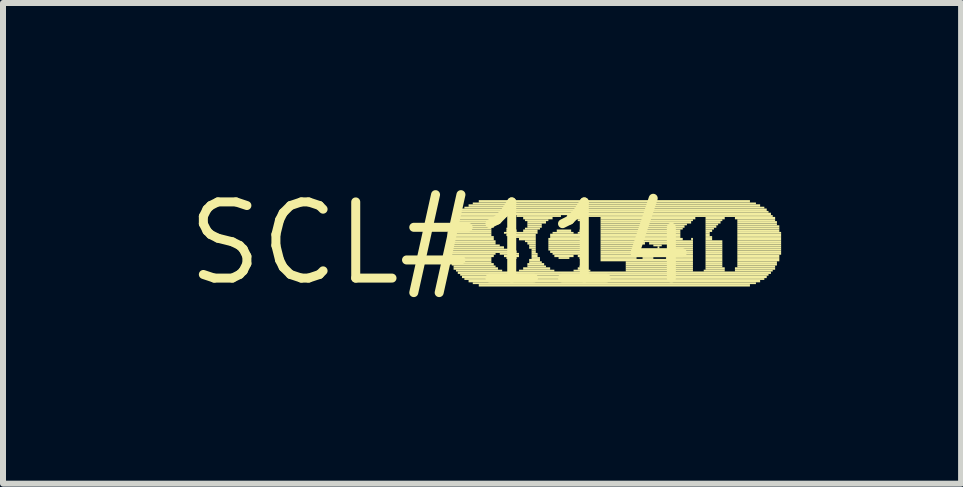
<source format=kicad_pcb>
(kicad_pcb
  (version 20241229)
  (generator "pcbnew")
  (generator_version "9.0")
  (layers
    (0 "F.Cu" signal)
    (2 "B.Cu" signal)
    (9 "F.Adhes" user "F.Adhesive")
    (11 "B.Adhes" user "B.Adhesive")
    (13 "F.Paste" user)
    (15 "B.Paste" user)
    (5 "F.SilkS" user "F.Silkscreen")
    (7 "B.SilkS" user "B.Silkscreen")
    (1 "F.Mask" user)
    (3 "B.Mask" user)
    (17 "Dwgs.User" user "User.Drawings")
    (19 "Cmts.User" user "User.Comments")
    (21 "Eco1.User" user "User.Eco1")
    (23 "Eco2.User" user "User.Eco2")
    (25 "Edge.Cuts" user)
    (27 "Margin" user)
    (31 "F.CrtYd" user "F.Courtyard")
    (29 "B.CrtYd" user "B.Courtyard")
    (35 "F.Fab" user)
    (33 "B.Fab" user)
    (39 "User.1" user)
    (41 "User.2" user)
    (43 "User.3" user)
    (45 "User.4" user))
  (footprint "SCL#114"
    (layer "F.Cu")
    (at 4.301 1.006)
    (property "Reference" "SCL#114" (at 0 0 0) (layer "F.SilkS") (effects (font (size 1.27 1.27) (thickness 0.15))))
    (fp_poly (pts (xy 0.11 -0.16) (xy 0.84 -0.16) (xy 0.84 -0.19) (xy 0.11 -0.19)) (stroke (width 0) (type default)) (fill yes) (layer "F.SilkS"))
    (fp_poly (pts (xy 0.11 -0.12) (xy 0.84 -0.12) (xy 0.84 -0.16) (xy 0.11 -0.16)) (stroke (width 0) (type default)) (fill yes) (layer "F.SilkS"))
    (fp_poly (pts (xy 0.11 -0.09) (xy 0.88 -0.09) (xy 0.88 -0.12) (xy 0.11 -0.12)) (stroke (width 0) (type default)) (fill yes) (layer "F.SilkS"))
    (fp_poly (pts (xy 0.11 -0.05) (xy 0.88 -0.05) (xy 0.88 -0.09) (xy 0.11 -0.09)) (stroke (width 0) (type default)) (fill yes) (layer "F.SilkS"))
    (fp_poly (pts (xy 0.11 -0.02) (xy 0.91 -0.02) (xy 0.91 -0.05) (xy 0.11 -0.05)) (stroke (width 0) (type default)) (fill yes) (layer "F.SilkS"))
    (fp_poly (pts (xy 0.11 0.02) (xy 0.91 0.02) (xy 0.91 -0.02) (xy 0.11 -0.02)) (stroke (width 0) (type default)) (fill yes) (layer "F.SilkS"))
    (fp_poly (pts (xy 0.11 0.05) (xy 0.98 0.05) (xy 0.98 0.02) (xy 0.11 0.02)) (stroke (width 0) (type default)) (fill yes) (layer "F.SilkS"))
    (fp_poly (pts (xy 0.11 0.09) (xy 1.05 0.09) (xy 1.05 0.05) (xy 0.11 0.05)) (stroke (width 0) (type default)) (fill yes) (layer "F.SilkS"))
    (fp_poly (pts (xy 0.11 0.12) (xy 1.16 0.12) (xy 1.16 0.09) (xy 0.11 0.09)) (stroke (width 0) (type default)) (fill yes) (layer "F.SilkS"))
    (fp_poly (pts (xy 0.11 0.16) (xy 1.26 0.16) (xy 1.26 0.12) (xy 0.11 0.12)) (stroke (width 0) (type default)) (fill yes) (layer "F.SilkS"))
    (fp_poly (pts (xy 0.11 0.19) (xy 0.91 0.19) (xy 0.91 0.16) (xy 0.11 0.16)) (stroke (width 0) (type default)) (fill yes) (layer "F.SilkS"))
    (fp_poly (pts (xy 0.14 -0.26) (xy 0.88 -0.26) (xy 0.88 -0.3) (xy 0.14 -0.3)) (stroke (width 0) (type default)) (fill yes) (layer "F.SilkS"))
    (fp_poly (pts (xy 0.14 -0.23) (xy 0.84 -0.23) (xy 0.84 -0.26) (xy 0.14 -0.26)) (stroke (width 0) (type default)) (fill yes) (layer "F.SilkS"))
    (fp_poly (pts (xy 0.14 -0.19) (xy 0.84 -0.19) (xy 0.84 -0.23) (xy 0.14 -0.23)) (stroke (width 0) (type default)) (fill yes) (layer "F.SilkS"))
    (fp_poly (pts (xy 0.14 0.23) (xy 0.88 0.23) (xy 0.88 0.19) (xy 0.14 0.19)) (stroke (width 0) (type default)) (fill yes) (layer "F.SilkS"))
    (fp_poly (pts (xy 0.14 0.26) (xy 0.84 0.26) (xy 0.84 0.23) (xy 0.14 0.23)) (stroke (width 0) (type default)) (fill yes) (layer "F.SilkS"))
    (fp_poly (pts (xy 0.14 0.3) (xy 0.84 0.3) (xy 0.84 0.26) (xy 0.14 0.26)) (stroke (width 0) (type default)) (fill yes) (layer "F.SilkS"))
    (fp_poly (pts (xy 0.18 -0.33) (xy 0.91 -0.33) (xy 0.91 -0.37) (xy 0.18 -0.37)) (stroke (width 0) (type default)) (fill yes) (layer "F.SilkS"))
    (fp_poly (pts (xy 0.18 -0.3) (xy 0.88 -0.3) (xy 0.88 -0.33) (xy 0.18 -0.33)) (stroke (width 0) (type default)) (fill yes) (layer "F.SilkS"))
    (fp_poly (pts (xy 0.18 0.33) (xy 0.84 0.33) (xy 0.84 0.3) (xy 0.18 0.3)) (stroke (width 0) (type default)) (fill yes) (layer "F.SilkS"))
    (fp_poly (pts (xy 0.18 0.37) (xy 0.88 0.37) (xy 0.88 0.33) (xy 0.18 0.33)) (stroke (width 0) (type default)) (fill yes) (layer "F.SilkS"))
    (fp_poly (pts (xy 0.21 -0.4) (xy 0.98 -0.4) (xy 0.98 -0.44) (xy 0.21 -0.44)) (stroke (width 0) (type default)) (fill yes) (layer "F.SilkS"))
    (fp_poly (pts (xy 0.21 -0.37) (xy 0.95 -0.37) (xy 0.95 -0.4) (xy 0.21 -0.4)) (stroke (width 0) (type default)) (fill yes) (layer "F.SilkS"))
    (fp_poly (pts (xy 0.21 0.4) (xy 0.91 0.4) (xy 0.91 0.37) (xy 0.21 0.37)) (stroke (width 0) (type default)) (fill yes) (layer "F.SilkS"))
    (fp_poly (pts (xy 0.21 0.44) (xy 0.95 0.44) (xy 0.95 0.4) (xy 0.21 0.4)) (stroke (width 0) (type default)) (fill yes) (layer "F.SilkS"))
    (fp_poly (pts (xy 0.25 -0.44) (xy 1.05 -0.44) (xy 1.05 -0.47) (xy 0.25 -0.47)) (stroke (width 0) (type default)) (fill yes) (layer "F.SilkS"))
    (fp_poly (pts (xy 0.25 0.47) (xy 1.02 0.47) (xy 1.02 0.44) (xy 0.25 0.44)) (stroke (width 0) (type default)) (fill yes) (layer "F.SilkS"))
    (fp_poly (pts (xy 0.28 -0.47) (xy 5.5 -0.47) (xy 5.5 -0.51) (xy 0.28 -0.51)) (stroke (width 0) (type default)) (fill yes) (layer "F.SilkS"))
    (fp_poly (pts (xy 0.28 0.51) (xy 5.5 0.51) (xy 5.5 0.47) (xy 0.28 0.47)) (stroke (width 0) (type default)) (fill yes) (layer "F.SilkS"))
    (fp_poly (pts (xy 0.32 -0.51) (xy 5.46 -0.51) (xy 5.46 -0.54) (xy 0.32 -0.54)) (stroke (width 0) (type default)) (fill yes) (layer "F.SilkS"))
    (fp_poly (pts (xy 0.32 0.54) (xy 5.46 0.54) (xy 5.46 0.51) (xy 0.32 0.51)) (stroke (width 0) (type default)) (fill yes) (layer "F.SilkS"))
    (fp_poly (pts (xy 0.35 -0.54) (xy 5.43 -0.54) (xy 5.43 -0.58) (xy 0.35 -0.58)) (stroke (width 0) (type default)) (fill yes) (layer "F.SilkS"))
    (fp_poly (pts (xy 0.35 0.58) (xy 5.43 0.58) (xy 5.43 0.54) (xy 0.35 0.54)) (stroke (width 0) (type default)) (fill yes) (layer "F.SilkS"))
    (fp_poly (pts (xy 0.39 -0.58) (xy 5.39 -0.58) (xy 5.39 -0.61) (xy 0.39 -0.61)) (stroke (width 0) (type default)) (fill yes) (layer "F.SilkS"))
    (fp_poly (pts (xy 0.39 0.61) (xy 5.39 0.61) (xy 5.39 0.58) (xy 0.39 0.58)) (stroke (width 0) (type default)) (fill yes) (layer "F.SilkS"))
    (fp_poly (pts (xy 0.46 -0.61) (xy 5.32 -0.61) (xy 5.32 -0.65) (xy 0.46 -0.65)) (stroke (width 0) (type default)) (fill yes) (layer "F.SilkS"))
    (fp_poly (pts (xy 0.46 0.65) (xy 5.32 0.65) (xy 5.32 0.61) (xy 0.46 0.61)) (stroke (width 0) (type default)) (fill yes) (layer "F.SilkS"))
    (fp_poly (pts (xy 0.53 -0.65) (xy 5.25 -0.65) (xy 5.25 -0.68) (xy 0.53 -0.68)) (stroke (width 0) (type default)) (fill yes) (layer "F.SilkS"))
    (fp_poly (pts (xy 0.53 0.68) (xy 5.25 0.68) (xy 5.25 0.65) (xy 0.53 0.65)) (stroke (width 0) (type default)) (fill yes) (layer "F.SilkS"))
    (fp_poly (pts (xy 0.63 -0.68) (xy 5.15 -0.68) (xy 5.15 -0.72) (xy 0.63 -0.72)) (stroke (width 0) (type default)) (fill yes) (layer "F.SilkS"))
    (fp_poly (pts (xy 0.63 0.72) (xy 5.15 0.72) (xy 5.15 0.68) (xy 0.63 0.68)) (stroke (width 0) (type default)) (fill yes) (layer "F.SilkS"))
    (fp_poly (pts (xy 0.98 0.19) (xy 1.3 0.19) (xy 1.3 0.16) (xy 0.98 0.16)) (stroke (width 0) (type default)) (fill yes) (layer "F.SilkS"))
    (fp_poly (pts (xy 1.05 -0.16) (xy 1.61 -0.16) (xy 1.61 -0.19) (xy 1.05 -0.19)) (stroke (width 0) (type default)) (fill yes) (layer "F.SilkS"))
    (fp_poly (pts (xy 1.05 0.23) (xy 1.3 0.23) (xy 1.3 0.19) (xy 1.05 0.19)) (stroke (width 0) (type default)) (fill yes) (layer "F.SilkS"))
    (fp_poly (pts (xy 1.09 -0.23) (xy 1.23 -0.23) (xy 1.23 -0.26) (xy 1.09 -0.26)) (stroke (width 0) (type default)) (fill yes) (layer "F.SilkS"))
    (fp_poly (pts (xy 1.09 -0.19) (xy 1.26 -0.19) (xy 1.26 -0.23) (xy 1.09 -0.23)) (stroke (width 0) (type default)) (fill yes) (layer "F.SilkS"))
    (fp_poly (pts (xy 1.09 -0.12) (xy 1.58 -0.12) (xy 1.58 -0.16) (xy 1.09 -0.16)) (stroke (width 0) (type default)) (fill yes) (layer "F.SilkS"))
    (fp_poly (pts (xy 1.09 0.26) (xy 1.26 0.26) (xy 1.26 0.23) (xy 1.09 0.23)) (stroke (width 0) (type default)) (fill yes) (layer "F.SilkS"))
    (fp_poly (pts (xy 1.16 -0.09) (xy 1.58 -0.09) (xy 1.58 -0.12) (xy 1.16 -0.12)) (stroke (width 0) (type default)) (fill yes) (layer "F.SilkS"))
    (fp_poly (pts (xy 1.26 -0.44) (xy 2 -0.44) (xy 2 -0.47) (xy 1.26 -0.47)) (stroke (width 0) (type default)) (fill yes) (layer "F.SilkS"))
    (fp_poly (pts (xy 1.3 -0.05) (xy 1.58 -0.05) (xy 1.58 -0.09) (xy 1.3 -0.09)) (stroke (width 0) (type default)) (fill yes) (layer "F.SilkS"))
    (fp_poly (pts (xy 1.3 0.47) (xy 1.89 0.47) (xy 1.89 0.44) (xy 1.3 0.44)) (stroke (width 0) (type default)) (fill yes) (layer "F.SilkS"))
    (fp_poly (pts (xy 1.37 -0.4) (xy 1.86 -0.4) (xy 1.86 -0.44) (xy 1.37 -0.44)) (stroke (width 0) (type default)) (fill yes) (layer "F.SilkS"))
    (fp_poly (pts (xy 1.37 -0.19) (xy 1.61 -0.19) (xy 1.61 -0.23) (xy 1.37 -0.23)) (stroke (width 0) (type default)) (fill yes) (layer "F.SilkS"))
    (fp_poly (pts (xy 1.37 0.44) (xy 1.82 0.44) (xy 1.82 0.4) (xy 1.37 0.4)) (stroke (width 0) (type default)) (fill yes) (layer "F.SilkS"))
    (fp_poly (pts (xy 1.4 -0.37) (xy 1.79 -0.37) (xy 1.79 -0.4) (xy 1.4 -0.4)) (stroke (width 0) (type default)) (fill yes) (layer "F.SilkS"))
    (fp_poly (pts (xy 1.4 -0.23) (xy 1.65 -0.23) (xy 1.65 -0.26) (xy 1.4 -0.26)) (stroke (width 0) (type default)) (fill yes) (layer "F.SilkS"))
    (fp_poly (pts (xy 1.4 -0.02) (xy 1.58 -0.02) (xy 1.58 -0.05) (xy 1.4 -0.05)) (stroke (width 0) (type default)) (fill yes) (layer "F.SilkS"))
    (fp_poly (pts (xy 1.44 -0.33) (xy 1.75 -0.33) (xy 1.75 -0.37) (xy 1.44 -0.37)) (stroke (width 0) (type default)) (fill yes) (layer "F.SilkS"))
    (fp_poly (pts (xy 1.44 -0.3) (xy 1.68 -0.3) (xy 1.68 -0.33) (xy 1.44 -0.33)) (stroke (width 0) (type default)) (fill yes) (layer "F.SilkS"))
    (fp_poly (pts (xy 1.44 -0.26) (xy 1.68 -0.26) (xy 1.68 -0.3) (xy 1.44 -0.3)) (stroke (width 0) (type default)) (fill yes) (layer "F.SilkS"))
    (fp_poly (pts (xy 1.44 0.02) (xy 1.58 0.02) (xy 1.58 -0.02) (xy 1.44 -0.02)) (stroke (width 0) (type default)) (fill yes) (layer "F.SilkS"))
    (fp_poly (pts (xy 1.44 0.37) (xy 1.72 0.37) (xy 1.72 0.33) (xy 1.44 0.33)) (stroke (width 0) (type default)) (fill yes) (layer "F.SilkS"))
    (fp_poly (pts (xy 1.44 0.4) (xy 1.75 0.4) (xy 1.75 0.37) (xy 1.44 0.37)) (stroke (width 0) (type default)) (fill yes) (layer "F.SilkS"))
    (fp_poly (pts (xy 1.47 0.05) (xy 1.58 0.05) (xy 1.58 0.02) (xy 1.47 0.02)) (stroke (width 0) (type default)) (fill yes) (layer "F.SilkS"))
    (fp_poly (pts (xy 1.47 0.09) (xy 1.58 0.09) (xy 1.58 0.05) (xy 1.47 0.05)) (stroke (width 0) (type default)) (fill yes) (layer "F.SilkS"))
    (fp_poly (pts (xy 1.47 0.3) (xy 1.65 0.3) (xy 1.65 0.26) (xy 1.47 0.26)) (stroke (width 0) (type default)) (fill yes) (layer "F.SilkS"))
    (fp_poly (pts (xy 1.47 0.33) (xy 1.68 0.33) (xy 1.68 0.3) (xy 1.47 0.3)) (stroke (width 0) (type default)) (fill yes) (layer "F.SilkS"))
    (fp_poly (pts (xy 1.51 0.12) (xy 1.58 0.12) (xy 1.58 0.09) (xy 1.51 0.09)) (stroke (width 0) (type default)) (fill yes) (layer "F.SilkS"))
    (fp_poly (pts (xy 1.51 0.16) (xy 1.58 0.16) (xy 1.58 0.12) (xy 1.51 0.12)) (stroke (width 0) (type default)) (fill yes) (layer "F.SilkS"))
    (fp_poly (pts (xy 1.51 0.19) (xy 1.61 0.19) (xy 1.61 0.16) (xy 1.51 0.16)) (stroke (width 0) (type default)) (fill yes) (layer "F.SilkS"))
    (fp_poly (pts (xy 1.51 0.23) (xy 1.61 0.23) (xy 1.61 0.19) (xy 1.51 0.19)) (stroke (width 0) (type default)) (fill yes) (layer "F.SilkS"))
    (fp_poly (pts (xy 1.51 0.26) (xy 1.65 0.26) (xy 1.65 0.23) (xy 1.51 0.23)) (stroke (width 0) (type default)) (fill yes) (layer "F.SilkS"))
    (fp_poly (pts (xy 1.79 -0.05) (xy 2.45 -0.05) (xy 2.45 -0.09) (xy 1.79 -0.09)) (stroke (width 0) (type default)) (fill yes) (layer "F.SilkS"))
    (fp_poly (pts (xy 1.79 -0.02) (xy 2.45 -0.02) (xy 2.45 -0.05) (xy 1.79 -0.05)) (stroke (width 0) (type default)) (fill yes) (layer "F.SilkS"))
    (fp_poly (pts (xy 1.79 0.02) (xy 2.45 0.02) (xy 2.45 -0.02) (xy 1.79 -0.02)) (stroke (width 0) (type default)) (fill yes) (layer "F.SilkS"))
    (fp_poly (pts (xy 1.79 0.05) (xy 2.45 0.05) (xy 2.45 0.02) (xy 1.79 0.02)) (stroke (width 0) (type default)) (fill yes) (layer "F.SilkS"))
    (fp_poly (pts (xy 1.79 0.09) (xy 2.45 0.09) (xy 2.45 0.05) (xy 1.79 0.05)) (stroke (width 0) (type default)) (fill yes) (layer "F.SilkS"))
    (fp_poly (pts (xy 1.79 0.12) (xy 2.45 0.12) (xy 2.45 0.09) (xy 1.79 0.09)) (stroke (width 0) (type default)) (fill yes) (layer "F.SilkS"))
    (fp_poly (pts (xy 1.82 -0.12) (xy 2.45 -0.12) (xy 2.45 -0.16) (xy 1.82 -0.16)) (stroke (width 0) (type default)) (fill yes) (layer "F.SilkS"))
    (fp_poly (pts (xy 1.82 -0.09) (xy 2.45 -0.09) (xy 2.45 -0.12) (xy 1.82 -0.12)) (stroke (width 0) (type default)) (fill yes) (layer "F.SilkS"))
    (fp_poly (pts (xy 1.82 0.16) (xy 2.45 0.16) (xy 2.45 0.12) (xy 1.82 0.12)) (stroke (width 0) (type default)) (fill yes) (layer "F.SilkS"))
    (fp_poly (pts (xy 1.86 -0.16) (xy 2.21 -0.16) (xy 2.21 -0.19) (xy 1.86 -0.19)) (stroke (width 0) (type default)) (fill yes) (layer "F.SilkS"))
    (fp_poly (pts (xy 1.86 0.19) (xy 2.45 0.19) (xy 2.45 0.16) (xy 1.86 0.16)) (stroke (width 0) (type default)) (fill yes) (layer "F.SilkS"))
    (fp_poly (pts (xy 1.89 0.23) (xy 2.21 0.23) (xy 2.21 0.19) (xy 1.89 0.19)) (stroke (width 0) (type default)) (fill yes) (layer "F.SilkS"))
    (fp_poly (pts (xy 1.93 -0.19) (xy 2.17 -0.19) (xy 2.17 -0.23) (xy 1.93 -0.23)) (stroke (width 0) (type default)) (fill yes) (layer "F.SilkS"))
    (fp_poly (pts (xy 1.96 0.26) (xy 2.14 0.26) (xy 2.14 0.23) (xy 1.96 0.23)) (stroke (width 0) (type default)) (fill yes) (layer "F.SilkS"))
    (fp_poly (pts (xy 2.1 -0.44) (xy 5.53 -0.44) (xy 5.53 -0.47) (xy 2.1 -0.47)) (stroke (width 0) (type default)) (fill yes) (layer "F.SilkS"))
    (fp_poly (pts (xy 2.21 0.47) (xy 2.49 0.47) (xy 2.49 0.44) (xy 2.21 0.44)) (stroke (width 0) (type default)) (fill yes) (layer "F.SilkS"))
    (fp_poly (pts (xy 2.24 -0.4) (xy 2.45 -0.4) (xy 2.45 -0.44) (xy 2.24 -0.44)) (stroke (width 0) (type default)) (fill yes) (layer "F.SilkS"))
    (fp_poly (pts (xy 2.28 -0.37) (xy 2.45 -0.37) (xy 2.45 -0.4) (xy 2.28 -0.4)) (stroke (width 0) (type default)) (fill yes) (layer "F.SilkS"))
    (fp_poly (pts (xy 2.28 -0.16) (xy 2.45 -0.16) (xy 2.45 -0.19) (xy 2.28 -0.19)) (stroke (width 0) (type default)) (fill yes) (layer "F.SilkS"))
    (fp_poly (pts (xy 2.28 0.23) (xy 2.45 0.23) (xy 2.45 0.19) (xy 2.28 0.19)) (stroke (width 0) (type default)) (fill yes) (layer "F.SilkS"))
    (fp_poly (pts (xy 2.28 0.44) (xy 2.45 0.44) (xy 2.45 0.4) (xy 2.28 0.4)) (stroke (width 0) (type default)) (fill yes) (layer "F.SilkS"))
    (fp_poly (pts (xy 2.31 -0.19) (xy 2.45 -0.19) (xy 2.45 -0.23) (xy 2.31 -0.23)) (stroke (width 0) (type default)) (fill yes) (layer "F.SilkS"))
    (fp_poly (pts (xy 2.31 0.26) (xy 2.45 0.26) (xy 2.45 0.23) (xy 2.31 0.23)) (stroke (width 0) (type default)) (fill yes) (layer "F.SilkS"))
    (fp_poly (pts (xy 2.31 0.4) (xy 2.45 0.4) (xy 2.45 0.37) (xy 2.31 0.37)) (stroke (width 0) (type default)) (fill yes) (layer "F.SilkS"))
    (fp_poly (pts (xy 2.35 -0.33) (xy 2.45 -0.33) (xy 2.45 -0.37) (xy 2.35 -0.37)) (stroke (width 0) (type default)) (fill yes) (layer "F.SilkS"))
    (fp_poly (pts (xy 2.35 -0.3) (xy 2.45 -0.3) (xy 2.45 -0.33) (xy 2.35 -0.33)) (stroke (width 0) (type default)) (fill yes) (layer "F.SilkS"))
    (fp_poly (pts (xy 2.35 -0.26) (xy 2.45 -0.26) (xy 2.45 -0.3) (xy 2.35 -0.3)) (stroke (width 0) (type default)) (fill yes) (layer "F.SilkS"))
    (fp_poly (pts (xy 2.35 -0.23) (xy 2.45 -0.23) (xy 2.45 -0.26) (xy 2.35 -0.26)) (stroke (width 0) (type default)) (fill yes) (layer "F.SilkS"))
    (fp_poly (pts (xy 2.35 0.3) (xy 2.45 0.3) (xy 2.45 0.26) (xy 2.35 0.26)) (stroke (width 0) (type default)) (fill yes) (layer "F.SilkS"))
    (fp_poly (pts (xy 2.35 0.33) (xy 2.45 0.33) (xy 2.45 0.3) (xy 2.35 0.3)) (stroke (width 0) (type default)) (fill yes) (layer "F.SilkS"))
    (fp_poly (pts (xy 2.35 0.37) (xy 2.45 0.37) (xy 2.45 0.33) (xy 2.35 0.33)) (stroke (width 0) (type default)) (fill yes) (layer "F.SilkS"))
    (fp_poly (pts (xy 2.66 -0.4) (xy 4.24 -0.4) (xy 4.24 -0.44) (xy 2.66 -0.44)) (stroke (width 0) (type default)) (fill yes) (layer "F.SilkS"))
    (fp_poly (pts (xy 2.66 -0.37) (xy 4.2 -0.37) (xy 4.2 -0.4) (xy 2.66 -0.4)) (stroke (width 0) (type default)) (fill yes) (layer "F.SilkS"))
    (fp_poly (pts (xy 2.66 -0.33) (xy 4.17 -0.33) (xy 4.17 -0.37) (xy 2.66 -0.37)) (stroke (width 0) (type default)) (fill yes) (layer "F.SilkS"))
    (fp_poly (pts (xy 2.66 -0.3) (xy 4.1 -0.3) (xy 4.1 -0.33) (xy 2.66 -0.33)) (stroke (width 0) (type default)) (fill yes) (layer "F.SilkS"))
    (fp_poly (pts (xy 2.66 -0.26) (xy 4.06 -0.26) (xy 4.06 -0.3) (xy 2.66 -0.3)) (stroke (width 0) (type default)) (fill yes) (layer "F.SilkS"))
    (fp_poly (pts (xy 2.66 -0.23) (xy 4.03 -0.23) (xy 4.03 -0.26) (xy 2.66 -0.26)) (stroke (width 0) (type default)) (fill yes) (layer "F.SilkS"))
    (fp_poly (pts (xy 2.66 -0.19) (xy 3.99 -0.19) (xy 3.99 -0.23) (xy 2.66 -0.23)) (stroke (width 0) (type default)) (fill yes) (layer "F.SilkS"))
    (fp_poly (pts (xy 2.66 -0.16) (xy 3.99 -0.16) (xy 3.99 -0.19) (xy 2.66 -0.19)) (stroke (width 0) (type default)) (fill yes) (layer "F.SilkS"))
    (fp_poly (pts (xy 2.66 -0.12) (xy 3.99 -0.12) (xy 3.99 -0.16) (xy 2.66 -0.16)) (stroke (width 0) (type default)) (fill yes) (layer "F.SilkS"))
    (fp_poly (pts (xy 2.66 -0.09) (xy 3.99 -0.09) (xy 3.99 -0.12) (xy 2.66 -0.12)) (stroke (width 0) (type default)) (fill yes) (layer "F.SilkS"))
    (fp_poly (pts (xy 2.66 -0.05) (xy 4.03 -0.05) (xy 4.03 -0.09) (xy 2.66 -0.09)) (stroke (width 0) (type default)) (fill yes) (layer "F.SilkS"))
    (fp_poly (pts (xy 2.66 -0.02) (xy 4.2 -0.02) (xy 4.2 -0.05) (xy 2.66 -0.05)) (stroke (width 0) (type default)) (fill yes) (layer "F.SilkS"))
    (fp_poly (pts (xy 2.66 0.02) (xy 3.4 0.02) (xy 3.4 -0.02) (xy 2.66 -0.02)) (stroke (width 0) (type default)) (fill yes) (layer "F.SilkS"))
    (fp_poly (pts (xy 2.66 0.05) (xy 3.29 0.05) (xy 3.29 0.02) (xy 2.66 0.02)) (stroke (width 0) (type default)) (fill yes) (layer "F.SilkS"))
    (fp_poly (pts (xy 2.66 0.09) (xy 3.26 0.09) (xy 3.26 0.05) (xy 2.66 0.05)) (stroke (width 0) (type default)) (fill yes) (layer "F.SilkS"))
    (fp_poly (pts (xy 2.66 0.12) (xy 3.22 0.12) (xy 3.22 0.09) (xy 2.66 0.09)) (stroke (width 0) (type default)) (fill yes) (layer "F.SilkS"))
    (fp_poly (pts (xy 2.66 0.16) (xy 3.22 0.16) (xy 3.22 0.12) (xy 2.66 0.12)) (stroke (width 0) (type default)) (fill yes) (layer "F.SilkS"))
    (fp_poly (pts (xy 2.66 0.19) (xy 3.19 0.19) (xy 3.19 0.16) (xy 2.66 0.16)) (stroke (width 0) (type default)) (fill yes) (layer "F.SilkS"))
    (fp_poly (pts (xy 2.66 0.23) (xy 3.22 0.23) (xy 3.22 0.19) (xy 2.66 0.19)) (stroke (width 0) (type default)) (fill yes) (layer "F.SilkS"))
    (fp_poly (pts (xy 2.66 0.26) (xy 3.26 0.26) (xy 3.26 0.23) (xy 2.66 0.23)) (stroke (width 0) (type default)) (fill yes) (layer "F.SilkS"))
    (fp_poly (pts (xy 2.66 0.3) (xy 4.2 0.3) (xy 4.2 0.26) (xy 2.66 0.26)) (stroke (width 0) (type default)) (fill yes) (layer "F.SilkS"))
    (fp_poly (pts (xy 3.08 0.33) (xy 4.2 0.33) (xy 4.2 0.3) (xy 3.08 0.3)) (stroke (width 0) (type default)) (fill yes) (layer "F.SilkS"))
    (fp_poly (pts (xy 3.08 0.37) (xy 4.2 0.37) (xy 4.2 0.33) (xy 3.08 0.33)) (stroke (width 0) (type default)) (fill yes) (layer "F.SilkS"))
    (fp_poly (pts (xy 3.08 0.4) (xy 4.2 0.4) (xy 4.2 0.37) (xy 3.08 0.37)) (stroke (width 0) (type default)) (fill yes) (layer "F.SilkS"))
    (fp_poly (pts (xy 3.08 0.44) (xy 4.2 0.44) (xy 4.2 0.4) (xy 3.08 0.4)) (stroke (width 0) (type default)) (fill yes) (layer "F.SilkS"))
    (fp_poly (pts (xy 3.08 0.47) (xy 4.2 0.47) (xy 4.2 0.44) (xy 3.08 0.44)) (stroke (width 0) (type default)) (fill yes) (layer "F.SilkS"))
    (fp_poly (pts (xy 3.36 0.26) (xy 3.54 0.26) (xy 3.54 0.23) (xy 3.36 0.23)) (stroke (width 0) (type default)) (fill yes) (layer "F.SilkS"))
    (fp_poly (pts (xy 3.4 0.23) (xy 3.47 0.23) (xy 3.47 0.19) (xy 3.4 0.19)) (stroke (width 0) (type default)) (fill yes) (layer "F.SilkS"))
    (fp_poly (pts (xy 3.47 0.02) (xy 4.2 0.02) (xy 4.2 -0.02) (xy 3.47 -0.02)) (stroke (width 0) (type default)) (fill yes) (layer "F.SilkS"))
    (fp_poly (pts (xy 3.54 0.05) (xy 3.68 0.05) (xy 3.68 0.02) (xy 3.54 0.02)) (stroke (width 0) (type default)) (fill yes) (layer "F.SilkS"))
    (fp_poly (pts (xy 3.61 0.09) (xy 3.64 0.09) (xy 3.64 0.05) (xy 3.61 0.05)) (stroke (width 0) (type default)) (fill yes) (layer "F.SilkS"))
    (fp_poly (pts (xy 3.75 0.26) (xy 4.2 0.26) (xy 4.2 0.23) (xy 3.75 0.23)) (stroke (width 0) (type default)) (fill yes) (layer "F.SilkS"))
    (fp_poly (pts (xy 3.78 0.23) (xy 4.2 0.23) (xy 4.2 0.19) (xy 3.78 0.19)) (stroke (width 0) (type default)) (fill yes) (layer "F.SilkS"))
    (fp_poly (pts (xy 3.82 0.05) (xy 4.2 0.05) (xy 4.2 0.02) (xy 3.82 0.02)) (stroke (width 0) (type default)) (fill yes) (layer "F.SilkS"))
    (fp_poly (pts (xy 3.82 0.19) (xy 4.2 0.19) (xy 4.2 0.16) (xy 3.82 0.16)) (stroke (width 0) (type default)) (fill yes) (layer "F.SilkS"))
    (fp_poly (pts (xy 3.85 0.09) (xy 4.2 0.09) (xy 4.2 0.05) (xy 3.85 0.05)) (stroke (width 0) (type default)) (fill yes) (layer "F.SilkS"))
    (fp_poly (pts (xy 3.85 0.12) (xy 4.2 0.12) (xy 4.2 0.09) (xy 3.85 0.09)) (stroke (width 0) (type default)) (fill yes) (layer "F.SilkS"))
    (fp_poly (pts (xy 3.85 0.16) (xy 4.2 0.16) (xy 4.2 0.12) (xy 3.85 0.12)) (stroke (width 0) (type default)) (fill yes) (layer "F.SilkS"))
    (fp_poly (pts (xy 4.17 -0.05) (xy 4.2 -0.05) (xy 4.2 -0.09) (xy 4.17 -0.09)) (stroke (width 0) (type default)) (fill yes) (layer "F.SilkS"))
    (fp_poly (pts (xy 4.38 0.47) (xy 4.73 0.47) (xy 4.73 0.44) (xy 4.38 0.44)) (stroke (width 0) (type default)) (fill yes) (layer "F.SilkS"))
    (fp_poly (pts (xy 4.41 -0.4) (xy 4.73 -0.4) (xy 4.73 -0.44) (xy 4.41 -0.44)) (stroke (width 0) (type default)) (fill yes) (layer "F.SilkS"))
    (fp_poly (pts (xy 4.41 -0.37) (xy 4.69 -0.37) (xy 4.69 -0.4) (xy 4.41 -0.4)) (stroke (width 0) (type default)) (fill yes) (layer "F.SilkS"))
    (fp_poly (pts (xy 4.41 -0.33) (xy 4.66 -0.33) (xy 4.66 -0.37) (xy 4.41 -0.37)) (stroke (width 0) (type default)) (fill yes) (layer "F.SilkS"))
    (fp_poly (pts (xy 4.41 -0.3) (xy 4.62 -0.3) (xy 4.62 -0.33) (xy 4.41 -0.33)) (stroke (width 0) (type default)) (fill yes) (layer "F.SilkS"))
    (fp_poly (pts (xy 4.41 -0.26) (xy 4.59 -0.26) (xy 4.59 -0.3) (xy 4.41 -0.3)) (stroke (width 0) (type default)) (fill yes) (layer "F.SilkS"))
    (fp_poly (pts (xy 4.41 -0.23) (xy 4.55 -0.23) (xy 4.55 -0.26) (xy 4.41 -0.26)) (stroke (width 0) (type default)) (fill yes) (layer "F.SilkS"))
    (fp_poly (pts (xy 4.41 -0.19) (xy 4.52 -0.19) (xy 4.52 -0.23) (xy 4.41 -0.23)) (stroke (width 0) (type default)) (fill yes) (layer "F.SilkS"))
    (fp_poly (pts (xy 4.41 -0.16) (xy 4.48 -0.16) (xy 4.48 -0.19) (xy 4.41 -0.19)) (stroke (width 0) (type default)) (fill yes) (layer "F.SilkS"))
    (fp_poly (pts (xy 4.41 -0.12) (xy 4.48 -0.12) (xy 4.48 -0.16) (xy 4.41 -0.16)) (stroke (width 0) (type default)) (fill yes) (layer "F.SilkS"))
    (fp_poly (pts (xy 4.41 -0.09) (xy 4.52 -0.09) (xy 4.52 -0.12) (xy 4.41 -0.12)) (stroke (width 0) (type default)) (fill yes) (layer "F.SilkS"))
    (fp_poly (pts (xy 4.41 -0.05) (xy 4.52 -0.05) (xy 4.52 -0.09) (xy 4.41 -0.09)) (stroke (width 0) (type default)) (fill yes) (layer "F.SilkS"))
    (fp_poly (pts (xy 4.41 -0.02) (xy 4.69 -0.02) (xy 4.69 -0.05) (xy 4.41 -0.05)) (stroke (width 0) (type default)) (fill yes) (layer "F.SilkS"))
    (fp_poly (pts (xy 4.41 0.02) (xy 4.69 0.02) (xy 4.69 -0.02) (xy 4.41 -0.02)) (stroke (width 0) (type default)) (fill yes) (layer "F.SilkS"))
    (fp_poly (pts (xy 4.41 0.05) (xy 4.69 0.05) (xy 4.69 0.02) (xy 4.41 0.02)) (stroke (width 0) (type default)) (fill yes) (layer "F.SilkS"))
    (fp_poly (pts (xy 4.41 0.09) (xy 4.69 0.09) (xy 4.69 0.05) (xy 4.41 0.05)) (stroke (width 0) (type default)) (fill yes) (layer "F.SilkS"))
    (fp_poly (pts (xy 4.41 0.12) (xy 4.69 0.12) (xy 4.69 0.09) (xy 4.41 0.09)) (stroke (width 0) (type default)) (fill yes) (layer "F.SilkS"))
    (fp_poly (pts (xy 4.41 0.16) (xy 4.69 0.16) (xy 4.69 0.12) (xy 4.41 0.12)) (stroke (width 0) (type default)) (fill yes) (layer "F.SilkS"))
    (fp_poly (pts (xy 4.41 0.19) (xy 4.69 0.19) (xy 4.69 0.16) (xy 4.41 0.16)) (stroke (width 0) (type default)) (fill yes) (layer "F.SilkS"))
    (fp_poly (pts (xy 4.41 0.23) (xy 4.69 0.23) (xy 4.69 0.19) (xy 4.41 0.19)) (stroke (width 0) (type default)) (fill yes) (layer "F.SilkS"))
    (fp_poly (pts (xy 4.41 0.26) (xy 4.69 0.26) (xy 4.69 0.23) (xy 4.41 0.23)) (stroke (width 0) (type default)) (fill yes) (layer "F.SilkS"))
    (fp_poly (pts (xy 4.41 0.3) (xy 4.69 0.3) (xy 4.69 0.26) (xy 4.41 0.26)) (stroke (width 0) (type default)) (fill yes) (layer "F.SilkS"))
    (fp_poly (pts (xy 4.41 0.33) (xy 4.69 0.33) (xy 4.69 0.3) (xy 4.41 0.3)) (stroke (width 0) (type default)) (fill yes) (layer "F.SilkS"))
    (fp_poly (pts (xy 4.41 0.37) (xy 4.69 0.37) (xy 4.69 0.33) (xy 4.41 0.33)) (stroke (width 0) (type default)) (fill yes) (layer "F.SilkS"))
    (fp_poly (pts (xy 4.41 0.4) (xy 4.69 0.4) (xy 4.69 0.37) (xy 4.41 0.37)) (stroke (width 0) (type default)) (fill yes) (layer "F.SilkS"))
    (fp_poly (pts (xy 4.41 0.44) (xy 4.73 0.44) (xy 4.73 0.4) (xy 4.41 0.4)) (stroke (width 0) (type default)) (fill yes) (layer "F.SilkS"))
    (fp_poly (pts (xy 4.9 -0.4) (xy 5.57 -0.4) (xy 5.57 -0.44) (xy 4.9 -0.44)) (stroke (width 0) (type default)) (fill yes) (layer "F.SilkS"))
    (fp_poly (pts (xy 4.9 0.44) (xy 5.57 0.44) (xy 5.57 0.4) (xy 4.9 0.4)) (stroke (width 0) (type default)) (fill yes) (layer "F.SilkS"))
    (fp_poly (pts (xy 4.9 0.47) (xy 5.53 0.47) (xy 5.53 0.44) (xy 4.9 0.44)) (stroke (width 0) (type default)) (fill yes) (layer "F.SilkS"))
    (fp_poly (pts (xy 4.94 -0.37) (xy 5.57 -0.37) (xy 5.57 -0.4) (xy 4.94 -0.4)) (stroke (width 0) (type default)) (fill yes) (layer "F.SilkS"))
    (fp_poly (pts (xy 4.94 -0.33) (xy 5.6 -0.33) (xy 5.6 -0.37) (xy 4.94 -0.37)) (stroke (width 0) (type default)) (fill yes) (layer "F.SilkS"))
    (fp_poly (pts (xy 4.94 -0.3) (xy 5.6 -0.3) (xy 5.6 -0.33) (xy 4.94 -0.33)) (stroke (width 0) (type default)) (fill yes) (layer "F.SilkS"))
    (fp_poly (pts (xy 4.94 -0.26) (xy 5.64 -0.26) (xy 5.64 -0.3) (xy 4.94 -0.3)) (stroke (width 0) (type default)) (fill yes) (layer "F.SilkS"))
    (fp_poly (pts (xy 4.94 -0.23) (xy 5.64 -0.23) (xy 5.64 -0.26) (xy 4.94 -0.26)) (stroke (width 0) (type default)) (fill yes) (layer "F.SilkS"))
    (fp_poly (pts (xy 4.94 -0.19) (xy 5.64 -0.19) (xy 5.64 -0.23) (xy 4.94 -0.23)) (stroke (width 0) (type default)) (fill yes) (layer "F.SilkS"))
    (fp_poly (pts (xy 4.94 -0.16) (xy 5.67 -0.16) (xy 5.67 -0.19) (xy 4.94 -0.19)) (stroke (width 0) (type default)) (fill yes) (layer "F.SilkS"))
    (fp_poly (pts (xy 4.94 -0.12) (xy 5.67 -0.12) (xy 5.67 -0.16) (xy 4.94 -0.16)) (stroke (width 0) (type default)) (fill yes) (layer "F.SilkS"))
    (fp_poly (pts (xy 4.94 -0.09) (xy 5.67 -0.09) (xy 5.67 -0.12) (xy 4.94 -0.12)) (stroke (width 0) (type default)) (fill yes) (layer "F.SilkS"))
    (fp_poly (pts (xy 4.94 -0.05) (xy 5.67 -0.05) (xy 5.67 -0.09) (xy 4.94 -0.09)) (stroke (width 0) (type default)) (fill yes) (layer "F.SilkS"))
    (fp_poly (pts (xy 4.94 -0.02) (xy 5.67 -0.02) (xy 5.67 -0.05) (xy 4.94 -0.05)) (stroke (width 0) (type default)) (fill yes) (layer "F.SilkS"))
    (fp_poly (pts (xy 4.94 0.02) (xy 5.67 0.02) (xy 5.67 -0.02) (xy 4.94 -0.02)) (stroke (width 0) (type default)) (fill yes) (layer "F.SilkS"))
    (fp_poly (pts (xy 4.94 0.05) (xy 5.67 0.05) (xy 5.67 0.02) (xy 4.94 0.02)) (stroke (width 0) (type default)) (fill yes) (layer "F.SilkS"))
    (fp_poly (pts (xy 4.94 0.09) (xy 5.67 0.09) (xy 5.67 0.05) (xy 4.94 0.05)) (stroke (width 0) (type default)) (fill yes) (layer "F.SilkS"))
    (fp_poly (pts (xy 4.94 0.12) (xy 5.67 0.12) (xy 5.67 0.09) (xy 4.94 0.09)) (stroke (width 0) (type default)) (fill yes) (layer "F.SilkS"))
    (fp_poly (pts (xy 4.94 0.16) (xy 5.67 0.16) (xy 5.67 0.12) (xy 4.94 0.12)) (stroke (width 0) (type default)) (fill yes) (layer "F.SilkS"))
    (fp_poly (pts (xy 4.94 0.19) (xy 5.67 0.19) (xy 5.67 0.16) (xy 4.94 0.16)) (stroke (width 0) (type default)) (fill yes) (layer "F.SilkS"))
    (fp_poly (pts (xy 4.94 0.23) (xy 5.64 0.23) (xy 5.64 0.19) (xy 4.94 0.19)) (stroke (width 0) (type default)) (fill yes) (layer "F.SilkS"))
    (fp_poly (pts (xy 4.94 0.26) (xy 5.64 0.26) (xy 5.64 0.23) (xy 4.94 0.23)) (stroke (width 0) (type default)) (fill yes) (layer "F.SilkS"))
    (fp_poly (pts (xy 4.94 0.3) (xy 5.64 0.3) (xy 5.64 0.26) (xy 4.94 0.26)) (stroke (width 0) (type default)) (fill yes) (layer "F.SilkS"))
    (fp_poly (pts (xy 4.94 0.33) (xy 5.6 0.33) (xy 5.6 0.3) (xy 4.94 0.3)) (stroke (width 0) (type default)) (fill yes) (layer "F.SilkS"))
    (fp_poly (pts (xy 4.94 0.37) (xy 5.6 0.37) (xy 5.6 0.33) (xy 4.94 0.33)) (stroke (width 0) (type default)) (fill yes) (layer "F.SilkS"))
    (fp_poly (pts (xy 4.94 0.4) (xy 5.57 0.4) (xy 5.57 0.37) (xy 4.94 0.37)) (stroke (width 0) (type default)) (fill yes) (layer "F.SilkS")))
  (gr_rect
    (start -3 -3)
    (end 12.971 5.012)
    (stroke (width 0.1) (type default))
    (fill no)
    (layer "Edge.Cuts")))
</source>
